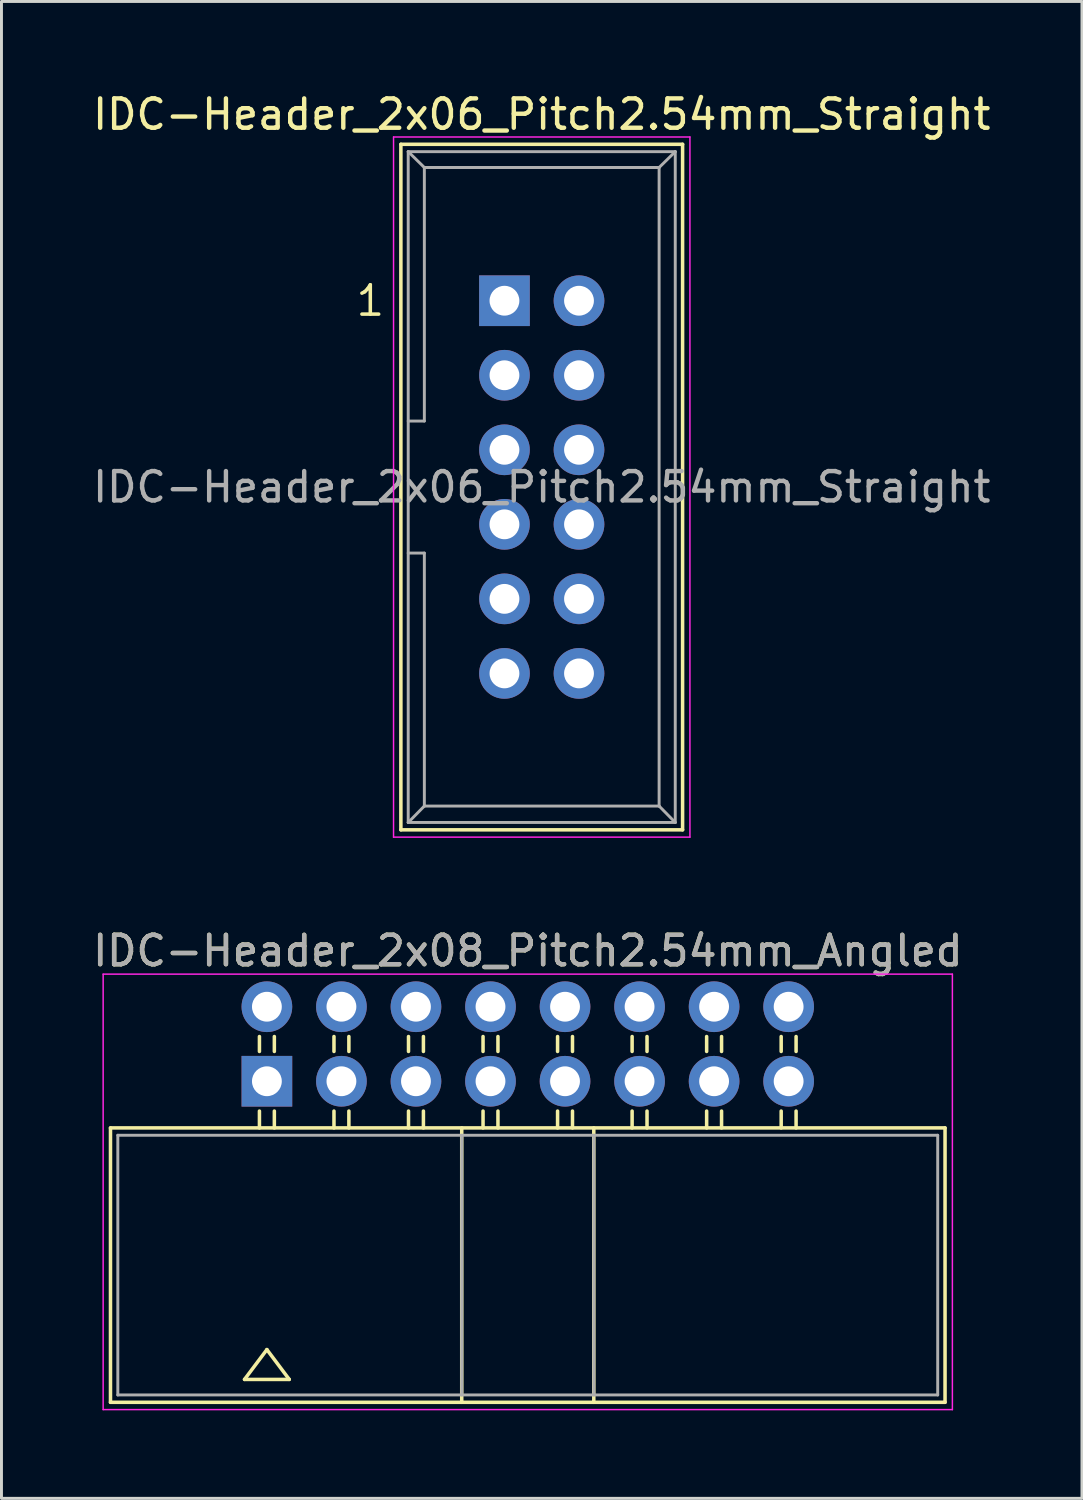
<source format=kicad_pcb>
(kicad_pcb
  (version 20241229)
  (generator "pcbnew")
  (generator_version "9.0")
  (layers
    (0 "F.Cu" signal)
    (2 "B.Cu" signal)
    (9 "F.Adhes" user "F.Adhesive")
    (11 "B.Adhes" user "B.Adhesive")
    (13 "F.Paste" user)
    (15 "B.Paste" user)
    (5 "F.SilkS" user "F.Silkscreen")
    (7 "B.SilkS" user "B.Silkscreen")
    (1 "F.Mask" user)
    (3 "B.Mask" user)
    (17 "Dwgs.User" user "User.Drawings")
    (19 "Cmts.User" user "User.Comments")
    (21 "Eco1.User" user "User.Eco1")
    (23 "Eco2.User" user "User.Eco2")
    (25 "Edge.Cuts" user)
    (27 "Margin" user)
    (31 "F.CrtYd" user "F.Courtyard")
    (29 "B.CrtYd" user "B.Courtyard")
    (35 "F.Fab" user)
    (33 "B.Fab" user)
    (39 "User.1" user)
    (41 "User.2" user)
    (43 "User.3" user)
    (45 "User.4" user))
  (footprint "IDC-Header_2x06_Pitch2.54mm_Straight"
    (layer "F.Cu")
    (at 14.141 7.198)
    (property "Reference" "IDC-Header_2x06_Pitch2.54mm_Straight" (at 1.27 -6.35 0) (layer "F.SilkS") (effects (font (size 1 1) (thickness 0.15))))
    (attr through_hole)
    (fp_line (start -3.53 -5.33) (end 6.07 -5.33) (stroke (width 0.12) (type solid)) (layer "F.SilkS"))
    (fp_line (start -3.53 18.03) (end -3.53 -5.33) (stroke (width 0.12) (type solid)) (layer "F.SilkS"))
    (fp_line (start 6.07 -5.33) (end 6.07 18.03) (stroke (width 0.12) (type solid)) (layer "F.SilkS"))
    (fp_line (start 6.07 18.03) (end -3.53 18.03) (stroke (width 0.12) (type solid)) (layer "F.SilkS"))
    (fp_line (start -3.78 -5.58) (end 6.32 -5.58) (stroke (width 0.05) (type solid)) (layer "F.CrtYd"))
    (fp_line (start -3.78 18.28) (end -3.78 -5.58) (stroke (width 0.05) (type solid)) (layer "F.CrtYd"))
    (fp_line (start 6.32 -5.58) (end 6.32 18.28) (stroke (width 0.05) (type solid)) (layer "F.CrtYd"))
    (fp_line (start 6.32 18.28) (end -3.78 18.28) (stroke (width 0.05) (type solid)) (layer "F.CrtYd"))
    (fp_line (start -3.28 -5.08) (end -3.28 17.78) (stroke (width 0.1) (type solid)) (layer "F.Fab"))
    (fp_line (start -3.28 -5.08) (end -2.73 -4.54) (stroke (width 0.1) (type solid)) (layer "F.Fab"))
    (fp_line (start -3.28 17.78) (end -2.73 17.22) (stroke (width 0.1) (type solid)) (layer "F.Fab"))
    (fp_line (start -2.73 -4.54) (end -2.73 4.1) (stroke (width 0.1) (type solid)) (layer "F.Fab"))
    (fp_line (start -2.73 4.1) (end -3.28 4.1) (stroke (width 0.1) (type solid)) (layer "F.Fab"))
    (fp_line (start -2.73 8.6) (end -3.28 8.6) (stroke (width 0.1) (type solid)) (layer "F.Fab"))
    (fp_line (start -2.73 8.6) (end -2.73 17.22) (stroke (width 0.1) (type solid)) (layer "F.Fab"))
    (fp_line (start 5.27 -4.54) (end -2.73 -4.54) (stroke (width 0.1) (type solid)) (layer "F.Fab"))
    (fp_line (start 5.27 -4.54) (end 5.27 17.22) (stroke (width 0.1) (type solid)) (layer "F.Fab"))
    (fp_line (start 5.27 17.22) (end -2.73 17.22) (stroke (width 0.1) (type solid)) (layer "F.Fab"))
    (fp_line (start 5.82 -5.08) (end -3.28 -5.08) (stroke (width 0.1) (type solid)) (layer "F.Fab"))
    (fp_line (start 5.82 -5.08) (end 5.27 -4.54) (stroke (width 0.1) (type solid)) (layer "F.Fab"))
    (fp_line (start 5.82 -5.08) (end 5.82 17.78) (stroke (width 0.1) (type solid)) (layer "F.Fab"))
    (fp_line (start 5.82 17.78) (end -3.28 17.78) (stroke (width 0.1) (type solid)) (layer "F.Fab"))
    (fp_line (start 5.82 17.78) (end 5.27 17.22) (stroke (width 0.1) (type solid)) (layer "F.Fab"))
    (fp_text user "1" (at -4.572 0 0) (layer "F.SilkS") (effects (font (size 1 1) (thickness 0.12))))
    (fp_text user "${REFERENCE}" (at 1.27 6.35 0) (layer "F.Fab") (effects (font (size 1 1) (thickness 0.15))))
    (pad "1" thru_hole rect (at 0 0) (size 1.727 1.727) (drill 1.016) (layers "*.Cu" "*.Mask"))
    (pad "2" thru_hole oval (at 2.54 0) (size 1.727 1.727) (drill 1.016) (layers "*.Cu" "*.Mask"))
    (pad "3" thru_hole oval (at 0 2.54) (size 1.727 1.727) (drill 1.016) (layers "*.Cu" "*.Mask"))
    (pad "4" thru_hole oval (at 2.54 2.54) (size 1.727 1.727) (drill 1.016) (layers "*.Cu" "*.Mask"))
    (pad "5" thru_hole oval (at 0 5.08) (size 1.727 1.727) (drill 1.016) (layers "*.Cu" "*.Mask"))
    (pad "6" thru_hole oval (at 2.54 5.08) (size 1.727 1.727) (drill 1.016) (layers "*.Cu" "*.Mask"))
    (pad "7" thru_hole oval (at 0 7.62) (size 1.727 1.727) (drill 1.016) (layers "*.Cu" "*.Mask"))
    (pad "8" thru_hole oval (at 2.54 7.62) (size 1.727 1.727) (drill 1.016) (layers "*.Cu" "*.Mask"))
    (pad "9" thru_hole oval (at 0 10.16) (size 1.727 1.727) (drill 1.016) (layers "*.Cu" "*.Mask"))
    (pad "10" thru_hole oval (at 2.54 10.16) (size 1.727 1.727) (drill 1.016) (layers "*.Cu" "*.Mask"))
    (pad "11" thru_hole oval (at 0 12.7) (size 1.727 1.727) (drill 1.016) (layers "*.Cu" "*.Mask"))
    (pad "12" thru_hole oval (at 2.54 12.7) (size 1.727 1.727) (drill 1.016) (layers "*.Cu" "*.Mask")))
  (footprint "IDC-Header_2x08_Pitch2.54mm_Angled"
    (layer "F.Cu")
    (at 6.045 33.797)
    (property "Reference" "IDC-Header_2x08_Pitch2.54mm_Angled" (at 8.89 -4.445 0) (layer "F.SilkS") (effects (font (size 1 1) (thickness 0.15))))
    (attr through_hole)
    (fp_line (start -5.33 1.59) (end -5.33 10.94) (stroke (width 0.12) (type solid)) (layer "F.SilkS"))
    (fp_line (start -5.33 1.59) (end 23.11 1.59) (stroke (width 0.12) (type solid)) (layer "F.SilkS"))
    (fp_line (start -0.762 10.16) (end 0 9.144) (stroke (width 0.12) (type solid)) (layer "F.SilkS"))
    (fp_line (start -0.254 -1.524) (end -0.254 -1.016) (stroke (width 0.12) (type solid)) (layer "F.SilkS"))
    (fp_line (start -0.254 1.016) (end -0.254 1.59) (stroke (width 0.12) (type solid)) (layer "F.SilkS"))
    (fp_line (start 0 9.144) (end 0.762 10.16) (stroke (width 0.12) (type solid)) (layer "F.SilkS"))
    (fp_line (start 0.254 -1.524) (end 0.254 -1.016) (stroke (width 0.12) (type solid)) (layer "F.SilkS"))
    (fp_line (start 0.254 1.016) (end 0.254 1.59) (stroke (width 0.12) (type solid)) (layer "F.SilkS"))
    (fp_line (start 0.762 10.16) (end -0.762 10.16) (stroke (width 0.12) (type solid)) (layer "F.SilkS"))
    (fp_line (start 2.286 -1.524) (end 2.286 -1.016) (stroke (width 0.12) (type solid)) (layer "F.SilkS"))
    (fp_line (start 2.286 1.016) (end 2.286 1.59) (stroke (width 0.12) (type solid)) (layer "F.SilkS"))
    (fp_line (start 2.794 -1.524) (end 2.794 -1.016) (stroke (width 0.12) (type solid)) (layer "F.SilkS"))
    (fp_line (start 2.794 1.016) (end 2.794 1.59) (stroke (width 0.12) (type solid)) (layer "F.SilkS"))
    (fp_line (start 4.826 -1.524) (end 4.826 -1.016) (stroke (width 0.12) (type solid)) (layer "F.SilkS"))
    (fp_line (start 4.826 1.016) (end 4.826 1.59) (stroke (width 0.12) (type solid)) (layer "F.SilkS"))
    (fp_line (start 5.334 -1.524) (end 5.334 -1.016) (stroke (width 0.12) (type solid)) (layer "F.SilkS"))
    (fp_line (start 5.334 1.016) (end 5.334 1.59) (stroke (width 0.12) (type solid)) (layer "F.SilkS"))
    (fp_line (start 6.64 1.59) (end 6.64 10.94) (stroke (width 0.12) (type solid)) (layer "F.SilkS"))
    (fp_line (start 7.366 -1.524) (end 7.366 -1.016) (stroke (width 0.12) (type solid)) (layer "F.SilkS"))
    (fp_line (start 7.366 1.016) (end 7.366 1.59) (stroke (width 0.12) (type solid)) (layer "F.SilkS"))
    (fp_line (start 7.874 -1.524) (end 7.874 -1.016) (stroke (width 0.12) (type solid)) (layer "F.SilkS"))
    (fp_line (start 7.874 1.016) (end 7.874 1.59) (stroke (width 0.12) (type solid)) (layer "F.SilkS"))
    (fp_line (start 9.906 -1.524) (end 9.906 -1.016) (stroke (width 0.12) (type solid)) (layer "F.SilkS"))
    (fp_line (start 9.906 1.016) (end 9.906 1.59) (stroke (width 0.12) (type solid)) (layer "F.SilkS"))
    (fp_line (start 10.414 -1.524) (end 10.414 -1.016) (stroke (width 0.12) (type solid)) (layer "F.SilkS"))
    (fp_line (start 10.414 1.016) (end 10.414 1.59) (stroke (width 0.12) (type solid)) (layer "F.SilkS"))
    (fp_line (start 11.14 1.59) (end 11.14 10.94) (stroke (width 0.12) (type solid)) (layer "F.SilkS"))
    (fp_line (start 12.446 -1.524) (end 12.446 -1.016) (stroke (width 0.12) (type solid)) (layer "F.SilkS"))
    (fp_line (start 12.446 1.016) (end 12.446 1.59) (stroke (width 0.12) (type solid)) (layer "F.SilkS"))
    (fp_line (start 12.954 -1.524) (end 12.954 -1.016) (stroke (width 0.12) (type solid)) (layer "F.SilkS"))
    (fp_line (start 12.954 1.016) (end 12.954 1.59) (stroke (width 0.12) (type solid)) (layer "F.SilkS"))
    (fp_line (start 14.986 -1.524) (end 14.986 -1.016) (stroke (width 0.12) (type solid)) (layer "F.SilkS"))
    (fp_line (start 14.986 1.016) (end 14.986 1.59) (stroke (width 0.12) (type solid)) (layer "F.SilkS"))
    (fp_line (start 15.494 -1.524) (end 15.494 -1.016) (stroke (width 0.12) (type solid)) (layer "F.SilkS"))
    (fp_line (start 15.494 1.016) (end 15.494 1.59) (stroke (width 0.12) (type solid)) (layer "F.SilkS"))
    (fp_line (start 17.526 -1.524) (end 17.526 -1.016) (stroke (width 0.12) (type solid)) (layer "F.SilkS"))
    (fp_line (start 17.526 1.016) (end 17.526 1.59) (stroke (width 0.12) (type solid)) (layer "F.SilkS"))
    (fp_line (start 18.034 -1.524) (end 18.034 -1.016) (stroke (width 0.12) (type solid)) (layer "F.SilkS"))
    (fp_line (start 18.034 1.016) (end 18.034 1.59) (stroke (width 0.12) (type solid)) (layer "F.SilkS"))
    (fp_line (start 23.11 1.59) (end 23.11 10.94) (stroke (width 0.12) (type solid)) (layer "F.SilkS"))
    (fp_line (start 23.11 10.94) (end -5.33 10.94) (stroke (width 0.12) (type solid)) (layer "F.SilkS"))
    (fp_line (start -5.58 -3.65) (end 23.36 -3.65) (stroke (width 0.05) (type solid)) (layer "F.CrtYd"))
    (fp_line (start -5.58 11.19) (end -5.58 -3.65) (stroke (width 0.05) (type solid)) (layer "F.CrtYd"))
    (fp_line (start 23.36 -3.65) (end 23.36 11.19) (stroke (width 0.05) (type solid)) (layer "F.CrtYd"))
    (fp_line (start 23.36 11.19) (end -5.58 11.19) (stroke (width 0.05) (type solid)) (layer "F.CrtYd"))
    (fp_line (start -5.08 1.84) (end -5.08 10.69) (stroke (width 0.1) (type solid)) (layer "F.Fab"))
    (fp_line (start -5.08 1.84) (end 22.86 1.84) (stroke (width 0.1) (type solid)) (layer "F.Fab"))
    (fp_line (start -5.08 10.69) (end 22.86 10.69) (stroke (width 0.1) (type solid)) (layer "F.Fab"))
    (fp_line (start 6.64 1.84) (end 6.64 10.69) (stroke (width 0.1) (type solid)) (layer "F.Fab"))
    (fp_line (start 11.14 1.84) (end 11.14 10.69) (stroke (width 0.1) (type solid)) (layer "F.Fab"))
    (fp_line (start 22.86 1.84) (end 22.86 10.69) (stroke (width 0.1) (type solid)) (layer "F.Fab"))
    (fp_text user "${REFERENCE}" (at 8.89 -4.445 0) (layer "F.Fab") (effects (font (size 1 1) (thickness 0.15))))
    (pad "1" thru_hole rect (at 0 0) (size 1.727 1.727) (drill 1.016) (layers "*.Cu" "*.Mask"))
    (pad "2" thru_hole oval (at 0 -2.54) (size 1.727 1.727) (drill 1.016) (layers "*.Cu" "*.Mask"))
    (pad "3" thru_hole oval (at 2.54 0) (size 1.727 1.727) (drill 1.016) (layers "*.Cu" "*.Mask"))
    (pad "4" thru_hole oval (at 2.54 -2.54) (size 1.727 1.727) (drill 1.016) (layers "*.Cu" "*.Mask"))
    (pad "5" thru_hole oval (at 5.08 0) (size 1.727 1.727) (drill 1.016) (layers "*.Cu" "*.Mask"))
    (pad "6" thru_hole oval (at 5.08 -2.54) (size 1.727 1.727) (drill 1.016) (layers "*.Cu" "*.Mask"))
    (pad "7" thru_hole oval (at 7.62 0) (size 1.727 1.727) (drill 1.016) (layers "*.Cu" "*.Mask"))
    (pad "8" thru_hole oval (at 7.62 -2.54) (size 1.727 1.727) (drill 1.016) (layers "*.Cu" "*.Mask"))
    (pad "9" thru_hole oval (at 10.16 0) (size 1.727 1.727) (drill 1.016) (layers "*.Cu" "*.Mask"))
    (pad "10" thru_hole oval (at 10.16 -2.54) (size 1.727 1.727) (drill 1.016) (layers "*.Cu" "*.Mask"))
    (pad "11" thru_hole oval (at 12.7 0) (size 1.727 1.727) (drill 1.016) (layers "*.Cu" "*.Mask"))
    (pad "12" thru_hole oval (at 12.7 -2.54) (size 1.727 1.727) (drill 1.016) (layers "*.Cu" "*.Mask"))
    (pad "13" thru_hole oval (at 15.24 0) (size 1.727 1.727) (drill 1.016) (layers "*.Cu" "*.Mask"))
    (pad "14" thru_hole oval (at 15.24 -2.54) (size 1.727 1.727) (drill 1.016) (layers "*.Cu" "*.Mask"))
    (pad "15" thru_hole oval (at 17.78 0) (size 1.727 1.727) (drill 1.016) (layers "*.Cu" "*.Mask"))
    (pad "16" thru_hole oval (at 17.78 -2.54) (size 1.727 1.727) (drill 1.016) (layers "*.Cu" "*.Mask")))
  (gr_rect
    (start -3 -3)
    (end 33.821 48.011)
    (stroke (width 0.1) (type default))
    (fill no)
    (layer "Edge.Cuts")))
</source>
